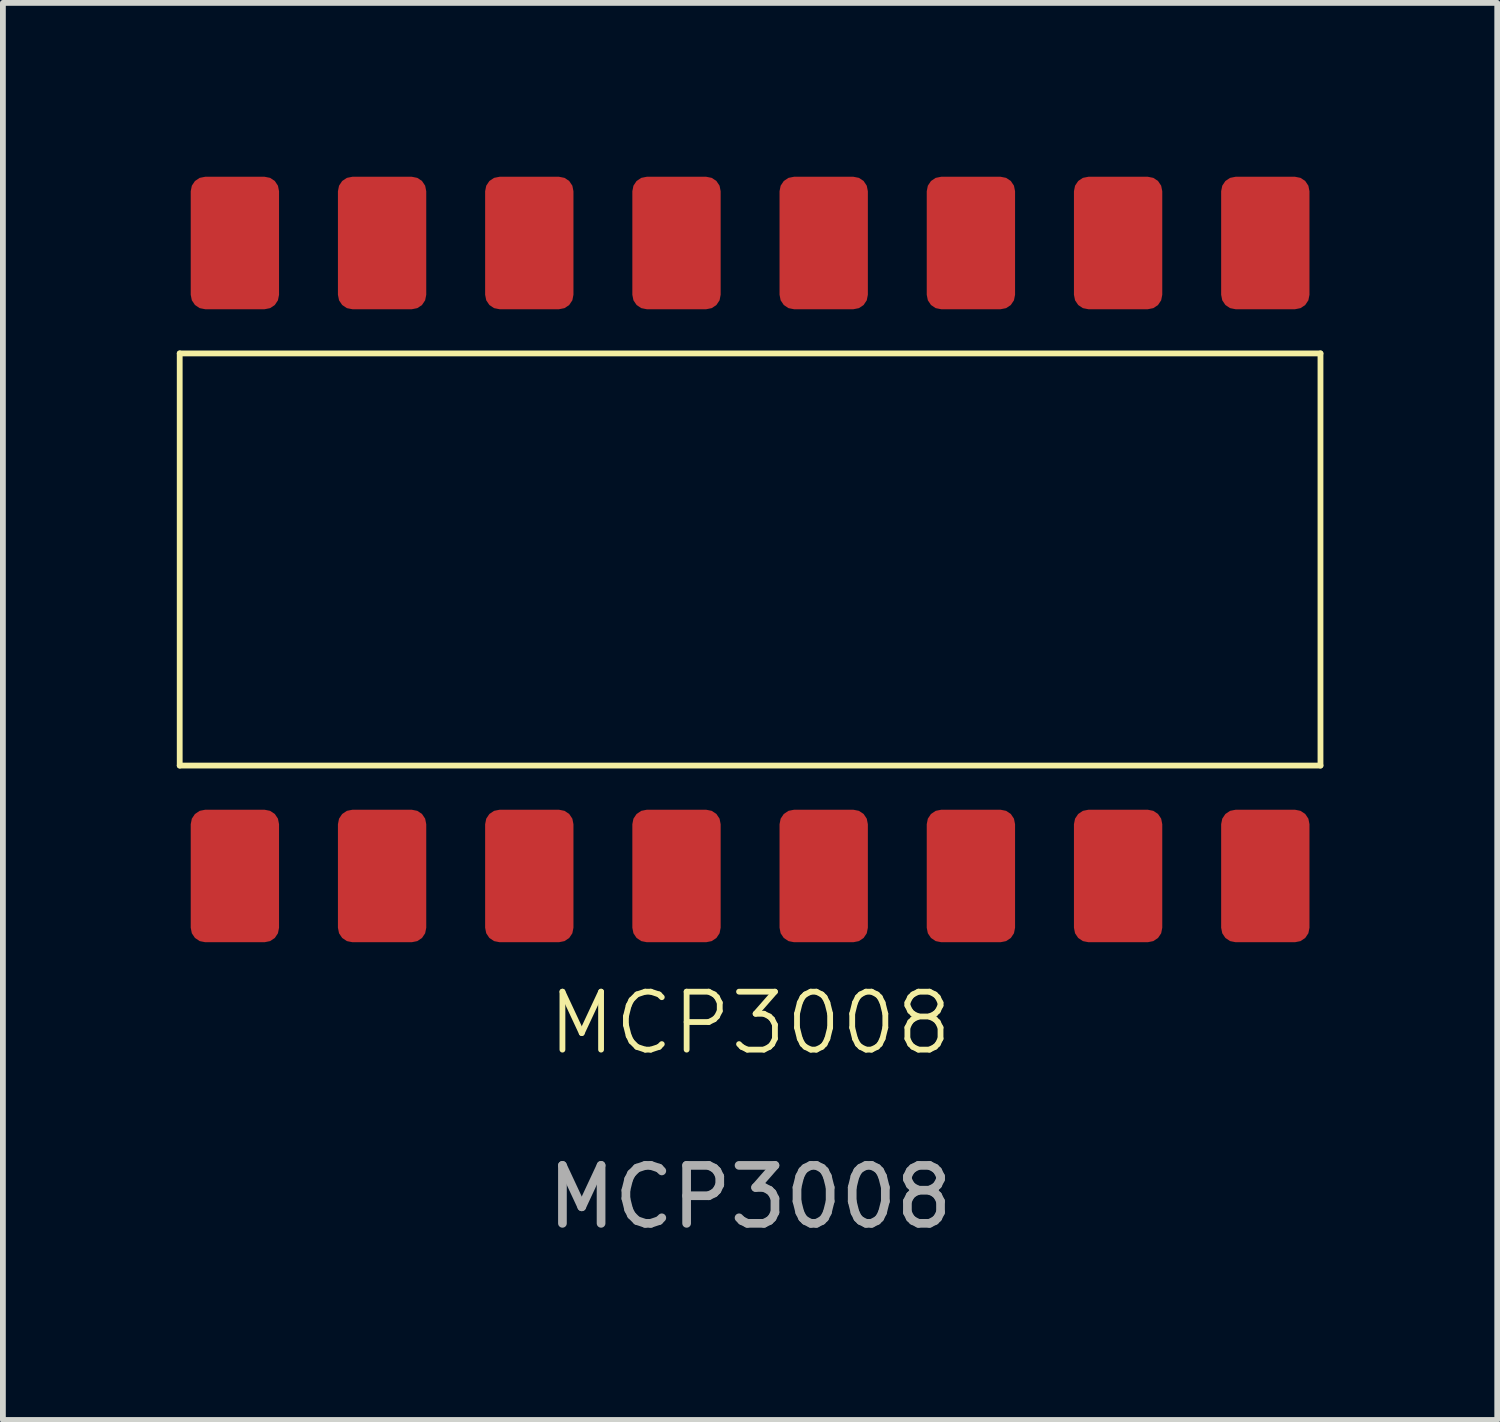
<source format=kicad_pcb>
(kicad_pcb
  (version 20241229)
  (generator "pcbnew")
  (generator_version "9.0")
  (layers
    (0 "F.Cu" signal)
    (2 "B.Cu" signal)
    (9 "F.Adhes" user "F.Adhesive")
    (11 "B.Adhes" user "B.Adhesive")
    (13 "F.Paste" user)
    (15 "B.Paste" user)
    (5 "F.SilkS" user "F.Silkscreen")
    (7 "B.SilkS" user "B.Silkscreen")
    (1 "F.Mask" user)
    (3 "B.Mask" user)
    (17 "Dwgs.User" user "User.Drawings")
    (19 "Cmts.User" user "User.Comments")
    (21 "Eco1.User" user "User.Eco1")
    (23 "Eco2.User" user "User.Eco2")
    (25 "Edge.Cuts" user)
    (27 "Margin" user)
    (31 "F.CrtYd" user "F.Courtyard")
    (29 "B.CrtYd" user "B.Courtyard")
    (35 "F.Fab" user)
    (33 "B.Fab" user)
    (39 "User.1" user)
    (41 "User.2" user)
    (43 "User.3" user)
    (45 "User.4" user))
  (footprint "MCP3008"
    (layer "F.Cu")
    (at 9.893 6.604)
    (property "Reference" "MCP3008" (at 0 8 0) (unlocked yes) (layer "F.SilkS") (effects (font (size 1 1) (thickness 0.1))))
    (attr smd)
    (fp_line (start -9.842 -3.556) (end 9.842 -3.556) (stroke (width 0.1) (type default)) (layer "F.SilkS"))
    (fp_line (start -9.842 3.556) (end -9.842 -3.556) (stroke (width 0.1) (type default)) (layer "F.SilkS"))
    (fp_line (start -9.842 3.556) (end 9.842 3.556) (stroke (width 0.1) (type default)) (layer "F.SilkS"))
    (fp_line (start 9.842 3.556) (end 9.842 -3.556) (stroke (width 0.1) (type default)) (layer "F.SilkS"))
    (fp_text user "${REFERENCE}" (at 0 11 0) (unlocked yes) (layer "F.Fab") (effects (font (size 1 1) (thickness 0.15))))
    (pad "1" smd roundrect (at -8.89 5.461 270) (size 2.286 1.524) (layers "F.Cu" "F.Mask" "F.Paste") (roundrect_rratio 0.164))
    (pad "2" smd roundrect (at -6.35 5.461 270) (size 2.286 1.524) (layers "F.Cu" "F.Mask" "F.Paste") (roundrect_rratio 0.164))
    (pad "3" smd roundrect (at -3.81 5.461 270) (size 2.286 1.524) (layers "F.Cu" "F.Mask" "F.Paste") (roundrect_rratio 0.164))
    (pad "4" smd roundrect (at -1.27 5.461 270) (size 2.286 1.524) (layers "F.Cu" "F.Mask" "F.Paste") (roundrect_rratio 0.164))
    (pad "5" smd roundrect (at 1.27 5.461 270) (size 2.286 1.524) (layers "F.Cu" "F.Mask" "F.Paste") (roundrect_rratio 0.164))
    (pad "6" smd roundrect (at 3.81 5.461 270) (size 2.286 1.524) (layers "F.Cu" "F.Mask" "F.Paste") (roundrect_rratio 0.164))
    (pad "7" smd roundrect (at 6.35 5.461 270) (size 2.286 1.524) (layers "F.Cu" "F.Mask" "F.Paste") (roundrect_rratio 0.164))
    (pad "8" smd roundrect (at 8.89 5.461 270) (size 2.286 1.524) (layers "F.Cu" "F.Mask" "F.Paste") (roundrect_rratio 0.164))
    (pad "9" smd roundrect (at 8.89 -5.461 270) (size 2.286 1.524) (layers "F.Cu" "F.Mask" "F.Paste") (roundrect_rratio 0.164))
    (pad "10" smd roundrect (at 6.35 -5.461 270) (size 2.286 1.524) (layers "F.Cu" "F.Mask" "F.Paste") (roundrect_rratio 0.164))
    (pad "11" smd roundrect (at 3.81 -5.461 270) (size 2.286 1.524) (layers "F.Cu" "F.Mask" "F.Paste") (roundrect_rratio 0.164))
    (pad "12" smd roundrect (at 1.27 -5.461 270) (size 2.286 1.524) (layers "F.Cu" "F.Mask" "F.Paste") (roundrect_rratio 0.164))
    (pad "13" smd roundrect (at -1.27 -5.461 270) (size 2.286 1.524) (layers "F.Cu" "F.Mask" "F.Paste") (roundrect_rratio 0.164))
    (pad "14" smd roundrect (at -3.81 -5.461 270) (size 2.286 1.524) (layers "F.Cu" "F.Mask" "F.Paste") (roundrect_rratio 0.164))
    (pad "15" smd roundrect (at -6.35 -5.461 270) (size 2.286 1.524) (layers "F.Cu" "F.Mask" "F.Paste") (roundrect_rratio 0.164))
    (pad "16" smd roundrect (at -8.89 -5.461 270) (size 2.286 1.524) (layers "F.Cu" "F.Mask" "F.Paste") (roundrect_rratio 0.164)))
  (gr_rect
    (start -3 -3)
    (end 22.785 21.452)
    (stroke (width 0.1) (type default))
    (fill no)
    (layer "Edge.Cuts")))
</source>
